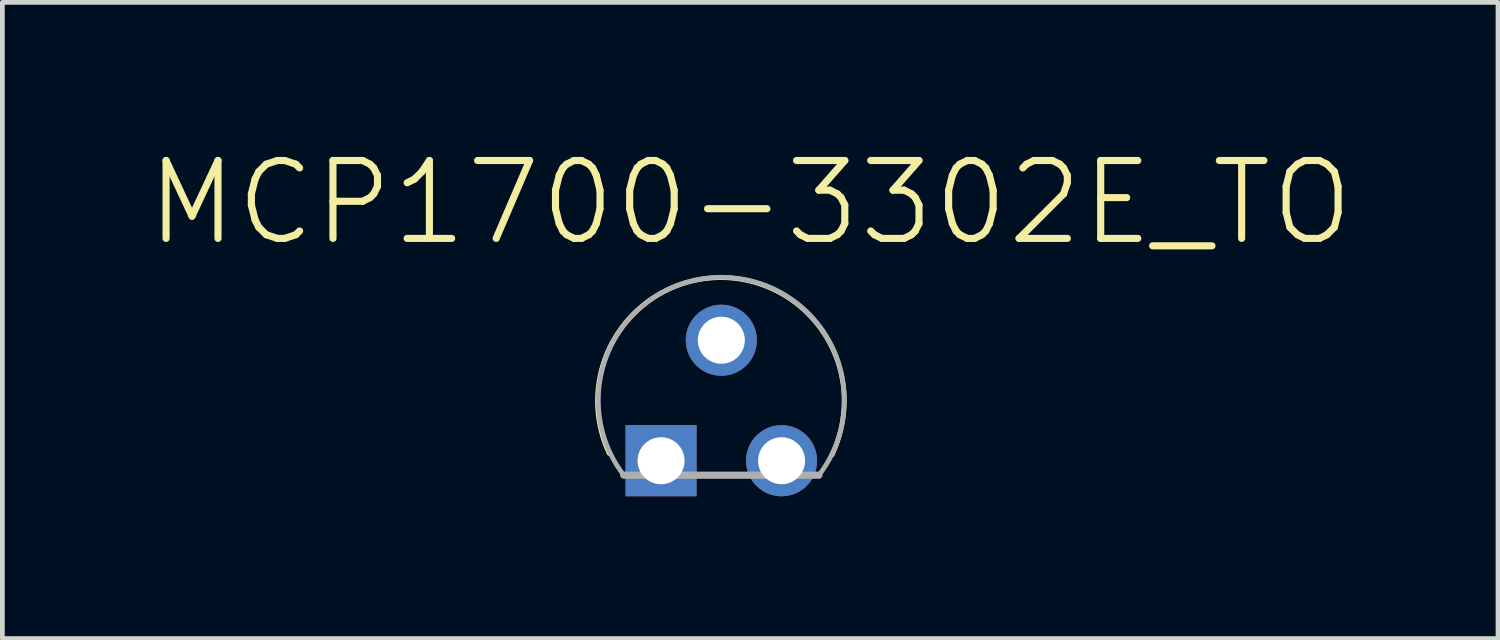
<source format=kicad_pcb>
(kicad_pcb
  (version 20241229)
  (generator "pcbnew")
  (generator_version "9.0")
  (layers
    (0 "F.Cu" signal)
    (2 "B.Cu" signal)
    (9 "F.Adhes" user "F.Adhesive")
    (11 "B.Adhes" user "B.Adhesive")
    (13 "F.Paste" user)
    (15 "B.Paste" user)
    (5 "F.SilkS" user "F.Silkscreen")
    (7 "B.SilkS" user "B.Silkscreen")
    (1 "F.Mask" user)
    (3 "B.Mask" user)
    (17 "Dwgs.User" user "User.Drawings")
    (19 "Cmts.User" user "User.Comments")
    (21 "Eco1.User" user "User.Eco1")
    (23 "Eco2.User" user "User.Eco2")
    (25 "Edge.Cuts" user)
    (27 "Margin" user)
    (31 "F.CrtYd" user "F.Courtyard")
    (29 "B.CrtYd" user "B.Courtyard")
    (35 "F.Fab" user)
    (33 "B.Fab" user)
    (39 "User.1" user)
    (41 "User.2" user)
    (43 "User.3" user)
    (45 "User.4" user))
  (footprint "MCP1700-3302E_TO"
    (layer "F.Cu")
    (at 13.427 4.123)
    (property "Reference" "MCP1700-3302E_TO" (at -0.661 -2.899 0) (layer "F.SilkS") (effects (font (size 1.642 1.642) (thickness 0.15))))
    (attr through_hole)
    (fp_arc (start -3.6322 2.3876) (mid -1.85195 -1.256855) (end 1.3208 1.27) (stroke (width 0.1) (type solid)) (layer "F.SilkS"))
    (fp_arc (start 1.3208 1.27) (mid 1.256389 1.855409) (end 1.0668 2.413) (stroke (width 0.1) (type solid)) (layer "F.SilkS"))
    (fp_line (start -3.327 2.845) (end 0.787 2.845) (stroke (width 0.152) (type solid)) (layer "F.Fab"))
    (fp_arc (start -3.3274 2.844799) (mid -1.27 -1.327195) (end 0.7874 2.8448) (stroke (width 0.1) (type solid)) (layer "F.Fab"))
    (pad "1" thru_hole rect (at -2.54 2.54) (size 1.499 1.499) (drill 0.991) (layers "*.Cu" "*.Mask"))
    (pad "2" thru_hole circle (at -1.27 0) (size 1.499 1.499) (drill 0.991) (layers "*.Cu" "*.Mask"))
    (pad "3" thru_hole circle (at 0 2.54) (size 1.499 1.499) (drill 0.991) (layers "*.Cu" "*.Mask")))
  (gr_rect
    (start -3 -3)
    (end 28.531 10.412)
    (stroke (width 0.1) (type default))
    (fill no)
    (layer "Edge.Cuts")))
</source>
